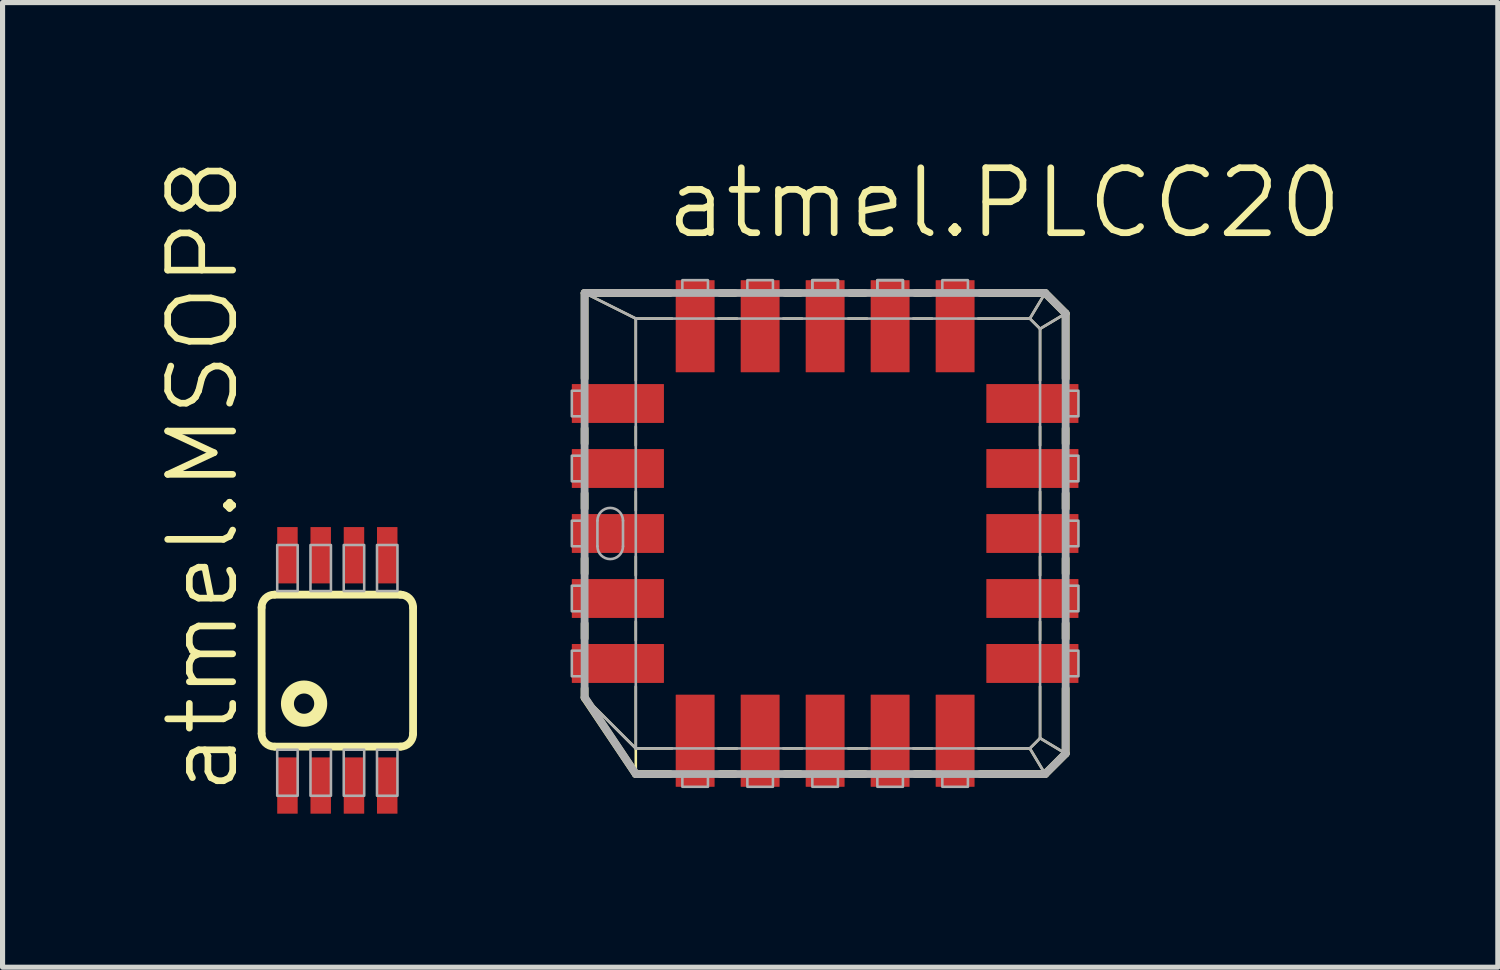
<source format=kicad_pcb>
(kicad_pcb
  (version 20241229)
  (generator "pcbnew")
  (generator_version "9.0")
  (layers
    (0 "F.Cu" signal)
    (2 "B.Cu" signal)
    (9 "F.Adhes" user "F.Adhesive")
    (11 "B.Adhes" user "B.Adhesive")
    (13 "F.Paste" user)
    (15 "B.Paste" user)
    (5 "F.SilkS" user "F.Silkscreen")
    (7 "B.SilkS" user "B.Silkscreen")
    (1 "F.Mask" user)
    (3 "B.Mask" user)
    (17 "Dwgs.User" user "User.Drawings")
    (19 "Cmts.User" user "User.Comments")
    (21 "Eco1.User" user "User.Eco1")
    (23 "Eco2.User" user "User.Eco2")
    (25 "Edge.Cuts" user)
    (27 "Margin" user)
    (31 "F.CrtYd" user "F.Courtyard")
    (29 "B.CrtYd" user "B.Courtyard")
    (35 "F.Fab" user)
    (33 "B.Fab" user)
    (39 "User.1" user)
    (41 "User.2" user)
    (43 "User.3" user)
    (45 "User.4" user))
  (footprint "atmel.MSOP8"
    (layer "F.Cu")
    (at 3.542 10.05)
    (property "Reference" "atmel.MSOP8" (at -1.883 2.484 90) (layer "F.SilkS") (effects (font (size 1.27 1.27) (thickness 0.13)) (justify left bottom)))
    (attr smd)
    (fp_line (start -1.48 -1.23) (end -1.48 1.23) (stroke (width 0.152) (type default)) (layer "F.SilkS"))
    (fp_line (start -1.22 -1.48) (end 1.24 -1.48) (stroke (width 0.152) (type default)) (layer "F.SilkS"))
    (fp_line (start 1.24 1.49) (end -1.22 1.49) (stroke (width 0.152) (type default)) (layer "F.SilkS"))
    (fp_line (start 1.48 1.24) (end 1.48 -1.23) (stroke (width 0.152) (type default)) (layer "F.SilkS"))
    (fp_arc (start -1.48 -1.23) (mid -1.406777 -1.406777) (end -1.23 -1.48) (stroke (width 0.1524) (type default)) (layer "F.SilkS"))
    (fp_arc (start -1.23 1.49) (mid -1.406777 1.416777) (end -1.48 1.24) (stroke (width 0.1524) (type default)) (layer "F.SilkS"))
    (fp_arc (start 1.23 -1.48) (mid 1.406777 -1.406777) (end 1.48 -1.23) (stroke (width 0.1524) (type default)) (layer "F.SilkS"))
    (fp_arc (start 1.48 1.24) (mid 1.406777 1.416777) (end 1.23 1.49) (stroke (width 0.1524) (type default)) (layer "F.SilkS"))
    (fp_circle (center -0.65 0.65) (end -0.325 0.65) (stroke (width 0.254) (type default)) (fill no) (layer "F.SilkS"))
    (fp_rect (start -1.175 -1.55) (end -0.775 -2.45) (stroke (width 0.05) (type default)) (fill no) (layer "F.Fab"))
    (fp_rect (start -1.175 2.45) (end -0.775 1.55) (stroke (width 0.05) (type default)) (fill no) (layer "F.Fab"))
    (fp_rect (start -0.525 -1.55) (end -0.125 -2.45) (stroke (width 0.05) (type default)) (fill no) (layer "F.Fab"))
    (fp_rect (start -0.525 2.45) (end -0.125 1.55) (stroke (width 0.05) (type default)) (fill no) (layer "F.Fab"))
    (fp_rect (start 0.125 -1.55) (end 0.525 -2.45) (stroke (width 0.05) (type default)) (fill no) (layer "F.Fab"))
    (fp_rect (start 0.125 2.45) (end 0.525 1.55) (stroke (width 0.05) (type default)) (fill no) (layer "F.Fab"))
    (fp_rect (start 0.775 -1.55) (end 1.175 -2.45) (stroke (width 0.05) (type default)) (fill no) (layer "F.Fab"))
    (fp_rect (start 0.775 2.45) (end 1.175 1.55) (stroke (width 0.05) (type default)) (fill no) (layer "F.Fab"))
    (pad "1" smd roundrect (at -0.975 2.25) (size 0.4 1.1) (layers "F.Cu" "F.Mask" "F.Paste") (roundrect_rratio 0.01))
    (pad "2" smd roundrect (at -0.325 2.25) (size 0.4 1.1) (layers "F.Cu" "F.Mask" "F.Paste") (roundrect_rratio 0.01))
    (pad "3" smd roundrect (at 0.325 2.25) (size 0.4 1.1) (layers "F.Cu" "F.Mask" "F.Paste") (roundrect_rratio 0.01))
    (pad "4" smd roundrect (at 0.975 2.25) (size 0.4 1.1) (layers "F.Cu" "F.Mask" "F.Paste") (roundrect_rratio 0.01))
    (pad "5" smd roundrect (at 0.975 -2.25) (size 0.4 1.1) (layers "F.Cu" "F.Mask" "F.Paste") (roundrect_rratio 0.01))
    (pad "6" smd roundrect (at 0.325 -2.25) (size 0.4 1.1) (layers "F.Cu" "F.Mask" "F.Paste") (roundrect_rratio 0.01))
    (pad "7" smd roundrect (at -0.325 -2.25) (size 0.4 1.1) (layers "F.Cu" "F.Mask" "F.Paste") (roundrect_rratio 0.01))
    (pad "8" smd roundrect (at -0.975 -2.25) (size 0.4 1.1) (layers "F.Cu" "F.Mask" "F.Paste") (roundrect_rratio 0.01)))
  (footprint "atmel.PLCC20"
    (layer "F.Cu")
    (at 13.074 7.375)
    (property "Reference" "atmel.PLCC20" (at -3.175 -5.715 0) (layer "F.SilkS") (effects (font (size 1.27 1.27) (thickness 0.13)) (justify left bottom)))
    (attr smd)
    (fp_line (start -4.7 -4.7) (end -3.7 -4.2) (stroke (width 0.051) (type default)) (layer "F.SilkS"))
    (fp_line (start -4.7 -4.7) (end -3.031 -4.7) (stroke (width 0.152) (type default)) (layer "F.SilkS"))
    (fp_line (start -4.7 -3.031) (end -4.7 -4.7) (stroke (width 0.152) (type default)) (layer "F.SilkS"))
    (fp_line (start -4.7 -1.761) (end -4.7 -2.049) (stroke (width 0.152) (type default)) (layer "F.SilkS"))
    (fp_line (start -4.7 -0.491) (end -4.7 -0.779) (stroke (width 0.152) (type default)) (layer "F.SilkS"))
    (fp_line (start -4.7 0.779) (end -4.7 0.491) (stroke (width 0.152) (type default)) (layer "F.SilkS"))
    (fp_line (start -4.7 2.049) (end -4.7 1.761) (stroke (width 0.152) (type default)) (layer "F.SilkS"))
    (fp_line (start -4.7 3.21) (end -4.7 3.031) (stroke (width 0.152) (type default)) (layer "F.SilkS"))
    (fp_line (start -3.7 -4.2) (end -2.991 -4.2) (stroke (width 0.051) (type default)) (layer "F.SilkS"))
    (fp_line (start -3.7 -2.991) (end -3.7 -4.2) (stroke (width 0.051) (type default)) (layer "F.SilkS"))
    (fp_line (start -3.7 -1.721) (end -3.7 -2.089) (stroke (width 0.051) (type default)) (layer "F.SilkS"))
    (fp_line (start -3.7 -0.451) (end -3.7 -0.819) (stroke (width 0.051) (type default)) (layer "F.SilkS"))
    (fp_line (start -3.7 0.819) (end -3.7 0.451) (stroke (width 0.051) (type default)) (layer "F.SilkS"))
    (fp_line (start -3.7 2.089) (end -3.7 1.721) (stroke (width 0.051) (type default)) (layer "F.SilkS"))
    (fp_line (start -3.7 4.2) (end -4.69 3.21) (stroke (width 0.051) (type default)) (layer "F.SilkS"))
    (fp_line (start -3.7 4.2) (end -3.7 2.991) (stroke (width 0.051) (type default)) (layer "F.SilkS"))
    (fp_line (start -3.7 4.2) (end -3.7 4.69) (stroke (width 0.051) (type default)) (layer "F.SilkS"))
    (fp_line (start -3.7 4.7) (end -4.7 3.21) (stroke (width 0.152) (type default)) (layer "F.SilkS"))
    (fp_line (start -3.031 4.7) (end -3.7 4.7) (stroke (width 0.152) (type default)) (layer "F.SilkS"))
    (fp_line (start -2.991 4.2) (end -3.7 4.2) (stroke (width 0.051) (type default)) (layer "F.SilkS"))
    (fp_line (start -2.089 -4.2) (end -1.721 -4.2) (stroke (width 0.051) (type default)) (layer "F.SilkS"))
    (fp_line (start -2.049 -4.7) (end -1.761 -4.7) (stroke (width 0.152) (type default)) (layer "F.SilkS"))
    (fp_line (start -1.761 4.7) (end -2.049 4.7) (stroke (width 0.152) (type default)) (layer "F.SilkS"))
    (fp_line (start -1.721 4.2) (end -2.089 4.2) (stroke (width 0.051) (type default)) (layer "F.SilkS"))
    (fp_line (start -0.819 -4.2) (end -0.451 -4.2) (stroke (width 0.051) (type default)) (layer "F.SilkS"))
    (fp_line (start -0.779 -4.7) (end -0.491 -4.7) (stroke (width 0.152) (type default)) (layer "F.SilkS"))
    (fp_line (start -0.491 4.7) (end -0.779 4.7) (stroke (width 0.152) (type default)) (layer "F.SilkS"))
    (fp_line (start -0.451 4.2) (end -0.819 4.2) (stroke (width 0.051) (type default)) (layer "F.SilkS"))
    (fp_line (start 0.451 -4.2) (end 0.819 -4.2) (stroke (width 0.051) (type default)) (layer "F.SilkS"))
    (fp_line (start 0.491 -4.7) (end 0.779 -4.7) (stroke (width 0.152) (type default)) (layer "F.SilkS"))
    (fp_line (start 0.779 4.7) (end 0.491 4.7) (stroke (width 0.152) (type default)) (layer "F.SilkS"))
    (fp_line (start 0.819 4.2) (end 0.451 4.2) (stroke (width 0.051) (type default)) (layer "F.SilkS"))
    (fp_line (start 1.721 -4.2) (end 2.089 -4.2) (stroke (width 0.051) (type default)) (layer "F.SilkS"))
    (fp_line (start 1.761 -4.7) (end 2.049 -4.7) (stroke (width 0.152) (type default)) (layer "F.SilkS"))
    (fp_line (start 2.049 4.7) (end 1.761 4.7) (stroke (width 0.152) (type default)) (layer "F.SilkS"))
    (fp_line (start 2.089 4.2) (end 1.721 4.2) (stroke (width 0.051) (type default)) (layer "F.SilkS"))
    (fp_line (start 2.991 -4.2) (end 4 -4.2) (stroke (width 0.051) (type default)) (layer "F.SilkS"))
    (fp_line (start 3.031 -4.7) (end 4.3 -4.7) (stroke (width 0.152) (type default)) (layer "F.SilkS"))
    (fp_line (start 4 -4.2) (end 4.2 -4) (stroke (width 0.051) (type default)) (layer "F.SilkS"))
    (fp_line (start 4 4.2) (end 2.991 4.2) (stroke (width 0.051) (type default)) (layer "F.SilkS"))
    (fp_line (start 4 4.2) (end 4.3 4.7) (stroke (width 0.051) (type default)) (layer "F.SilkS"))
    (fp_line (start 4.2 -4) (end 4.2 -2.991) (stroke (width 0.051) (type default)) (layer "F.SilkS"))
    (fp_line (start 4.2 -4) (end 4.7 -4.3) (stroke (width 0.051) (type default)) (layer "F.SilkS"))
    (fp_line (start 4.2 -2.089) (end 4.2 -1.721) (stroke (width 0.051) (type default)) (layer "F.SilkS"))
    (fp_line (start 4.2 -0.819) (end 4.2 -0.451) (stroke (width 0.051) (type default)) (layer "F.SilkS"))
    (fp_line (start 4.2 0.451) (end 4.2 0.819) (stroke (width 0.051) (type default)) (layer "F.SilkS"))
    (fp_line (start 4.2 1.721) (end 4.2 2.089) (stroke (width 0.051) (type default)) (layer "F.SilkS"))
    (fp_line (start 4.2 2.991) (end 4.2 4) (stroke (width 0.051) (type default)) (layer "F.SilkS"))
    (fp_line (start 4.2 4) (end 4 4.2) (stroke (width 0.051) (type default)) (layer "F.SilkS"))
    (fp_line (start 4.2 4) (end 4.7 4.3) (stroke (width 0.051) (type default)) (layer "F.SilkS"))
    (fp_line (start 4.3 -4.7) (end 4 -4.2) (stroke (width 0.051) (type default)) (layer "F.SilkS"))
    (fp_line (start 4.3 -4.7) (end 4.7 -4.3) (stroke (width 0.152) (type default)) (layer "F.SilkS"))
    (fp_line (start 4.3 4.7) (end 3.031 4.7) (stroke (width 0.152) (type default)) (layer "F.SilkS"))
    (fp_line (start 4.7 -4.3) (end 4.7 -3.031) (stroke (width 0.152) (type default)) (layer "F.SilkS"))
    (fp_line (start 4.7 -2.049) (end 4.7 -1.761) (stroke (width 0.152) (type default)) (layer "F.SilkS"))
    (fp_line (start 4.7 -0.779) (end 4.7 -0.491) (stroke (width 0.152) (type default)) (layer "F.SilkS"))
    (fp_line (start 4.7 0.491) (end 4.7 0.779) (stroke (width 0.152) (type default)) (layer "F.SilkS"))
    (fp_line (start 4.7 1.761) (end 4.7 2.049) (stroke (width 0.152) (type default)) (layer "F.SilkS"))
    (fp_line (start 4.7 3.031) (end 4.7 4.3) (stroke (width 0.152) (type default)) (layer "F.SilkS"))
    (fp_line (start 4.7 4.3) (end 4.3 4.7) (stroke (width 0.152) (type default)) (layer "F.SilkS"))
    (fp_line (start -4.7 -4.7) (end -3.7 -4.2) (stroke (width 0.051) (type default)) (layer "F.Fab"))
    (fp_line (start -4.7 -4.7) (end 4.3 -4.7) (stroke (width 0.152) (type default)) (layer "F.Fab"))
    (fp_line (start -4.7 3.2) (end -4.7 -4.7) (stroke (width 0.152) (type default)) (layer "F.Fab"))
    (fp_line (start -4.7 3.2) (end -3.7 4.2) (stroke (width 0.051) (type default)) (layer "F.Fab"))
    (fp_line (start -4.45 -0.25) (end -4.45 0.25) (stroke (width 0.051) (type default)) (layer "F.Fab"))
    (fp_line (start -3.95 -0.25) (end -3.95 0.25) (stroke (width 0.051) (type default)) (layer "F.Fab"))
    (fp_line (start -3.7 -4.2) (end 4 -4.2) (stroke (width 0.051) (type default)) (layer "F.Fab"))
    (fp_line (start -3.7 4.2) (end -3.7 -4.2) (stroke (width 0.051) (type default)) (layer "F.Fab"))
    (fp_line (start -3.7 4.7) (end -4.7 3.2) (stroke (width 0.152) (type default)) (layer "F.Fab"))
    (fp_line (start 4 -4.2) (end 4.2 -4) (stroke (width 0.051) (type default)) (layer "F.Fab"))
    (fp_line (start 4 4.2) (end -3.7 4.2) (stroke (width 0.051) (type default)) (layer "F.Fab"))
    (fp_line (start 4 4.2) (end 4.3 4.7) (stroke (width 0.051) (type default)) (layer "F.Fab"))
    (fp_line (start 4.2 -4) (end 4.2 4) (stroke (width 0.051) (type default)) (layer "F.Fab"))
    (fp_line (start 4.2 -4) (end 4.7 -4.3) (stroke (width 0.051) (type default)) (layer "F.Fab"))
    (fp_line (start 4.2 4) (end 4 4.2) (stroke (width 0.051) (type default)) (layer "F.Fab"))
    (fp_line (start 4.2 4) (end 4.7 4.3) (stroke (width 0.051) (type default)) (layer "F.Fab"))
    (fp_line (start 4.3 -4.7) (end 4 -4.2) (stroke (width 0.051) (type default)) (layer "F.Fab"))
    (fp_line (start 4.3 -4.7) (end 4.7 -4.3) (stroke (width 0.152) (type default)) (layer "F.Fab"))
    (fp_line (start 4.3 4.7) (end -3.7 4.7) (stroke (width 0.152) (type default)) (layer "F.Fab"))
    (fp_line (start 4.7 -4.3) (end 4.7 4.3) (stroke (width 0.152) (type default)) (layer "F.Fab"))
    (fp_line (start 4.7 4.3) (end 4.3 4.7) (stroke (width 0.152) (type default)) (layer "F.Fab"))
    (fp_rect (start -4.95 -2.29) (end -4.7 -2.79) (stroke (width 0.05) (type default)) (fill no) (layer "F.Fab"))
    (fp_rect (start -4.95 -1.02) (end -4.7 -1.52) (stroke (width 0.05) (type default)) (fill no) (layer "F.Fab"))
    (fp_rect (start -4.95 0.25) (end -4.7 -0.25) (stroke (width 0.05) (type default)) (fill no) (layer "F.Fab"))
    (fp_rect (start -4.95 1.52) (end -4.7 1.02) (stroke (width 0.05) (type default)) (fill no) (layer "F.Fab"))
    (fp_rect (start -4.95 2.79) (end -4.7 2.29) (stroke (width 0.05) (type default)) (fill no) (layer "F.Fab"))
    (fp_rect (start -2.79 -4.7) (end -2.29 -4.95) (stroke (width 0.05) (type default)) (fill no) (layer "F.Fab"))
    (fp_rect (start -2.79 4.95) (end -2.29 4.7) (stroke (width 0.05) (type default)) (fill no) (layer "F.Fab"))
    (fp_rect (start -1.52 -4.7) (end -1.02 -4.95) (stroke (width 0.05) (type default)) (fill no) (layer "F.Fab"))
    (fp_rect (start -1.52 4.95) (end -1.02 4.7) (stroke (width 0.05) (type default)) (fill no) (layer "F.Fab"))
    (fp_rect (start -0.25 -4.7) (end 0.25 -4.95) (stroke (width 0.05) (type default)) (fill no) (layer "F.Fab"))
    (fp_rect (start -0.25 -4.7) (end 0.25 -4.95) (stroke (width 0.05) (type default)) (fill no) (layer "F.Fab"))
    (fp_rect (start -0.25 4.95) (end 0.25 4.7) (stroke (width 0.05) (type default)) (fill no) (layer "F.Fab"))
    (fp_rect (start 1.02 -4.7) (end 1.52 -4.95) (stroke (width 0.05) (type default)) (fill no) (layer "F.Fab"))
    (fp_rect (start 1.02 -4.7) (end 1.52 -4.95) (stroke (width 0.05) (type default)) (fill no) (layer "F.Fab"))
    (fp_rect (start 1.02 4.95) (end 1.52 4.7) (stroke (width 0.05) (type default)) (fill no) (layer "F.Fab"))
    (fp_rect (start 2.29 -4.7) (end 2.79 -4.95) (stroke (width 0.05) (type default)) (fill no) (layer "F.Fab"))
    (fp_rect (start 2.29 4.95) (end 2.79 4.7) (stroke (width 0.05) (type default)) (fill no) (layer "F.Fab"))
    (fp_rect (start 4.7 -2.29) (end 4.95 -2.79) (stroke (width 0.05) (type default)) (fill no) (layer "F.Fab"))
    (fp_rect (start 4.7 -1.02) (end 4.95 -1.52) (stroke (width 0.05) (type default)) (fill no) (layer "F.Fab"))
    (fp_rect (start 4.7 0.25) (end 4.95 -0.25) (stroke (width 0.05) (type default)) (fill no) (layer "F.Fab"))
    (fp_rect (start 4.7 1.52) (end 4.95 1.02) (stroke (width 0.05) (type default)) (fill no) (layer "F.Fab"))
    (fp_rect (start 4.7 2.79) (end 4.95 2.29) (stroke (width 0.05) (type default)) (fill no) (layer "F.Fab"))
    (fp_arc (start -4.45 -0.25) (mid -4.2 -0.5) (end -3.95 -0.25) (stroke (width 0.0508) (type default)) (layer "F.Fab"))
    (fp_arc (start -3.95 0.25) (mid -4.2 0.5) (end -4.45 0.25) (stroke (width 0.0508) (type default)) (layer "F.Fab"))
    (pad "1" smd roundrect (at -4.05 0) (size 1.8 0.76) (layers "F.Cu" "F.Mask" "F.Paste") (roundrect_rratio 0.01))
    (pad "2" smd roundrect (at -4.05 1.27) (size 1.8 0.76) (layers "F.Cu" "F.Mask" "F.Paste") (roundrect_rratio 0.01))
    (pad "3" smd roundrect (at -4.05 2.54) (size 1.8 0.76) (layers "F.Cu" "F.Mask" "F.Paste") (roundrect_rratio 0.01))
    (pad "4" smd roundrect (at -2.54 4.05) (size 0.76 1.8) (layers "F.Cu" "F.Mask" "F.Paste") (roundrect_rratio 0.01))
    (pad "5" smd roundrect (at -1.27 4.05) (size 0.76 1.8) (layers "F.Cu" "F.Mask" "F.Paste") (roundrect_rratio 0.01))
    (pad "6" smd roundrect (at 0 4.05) (size 0.76 1.8) (layers "F.Cu" "F.Mask" "F.Paste") (roundrect_rratio 0.01))
    (pad "7" smd roundrect (at 1.27 4.05) (size 0.76 1.8) (layers "F.Cu" "F.Mask" "F.Paste") (roundrect_rratio 0.01))
    (pad "8" smd roundrect (at 2.54 4.05) (size 0.76 1.8) (layers "F.Cu" "F.Mask" "F.Paste") (roundrect_rratio 0.01))
    (pad "9" smd roundrect (at 4.05 2.54) (size 1.8 0.76) (layers "F.Cu" "F.Mask" "F.Paste") (roundrect_rratio 0.01))
    (pad "10" smd roundrect (at 4.05 1.27) (size 1.8 0.76) (layers "F.Cu" "F.Mask" "F.Paste") (roundrect_rratio 0.01))
    (pad "11" smd roundrect (at 4.05 0) (size 1.8 0.76) (layers "F.Cu" "F.Mask" "F.Paste") (roundrect_rratio 0.01))
    (pad "12" smd roundrect (at 4.05 -1.27) (size 1.8 0.76) (layers "F.Cu" "F.Mask" "F.Paste") (roundrect_rratio 0.01))
    (pad "13" smd roundrect (at 4.05 -2.54) (size 1.8 0.76) (layers "F.Cu" "F.Mask" "F.Paste") (roundrect_rratio 0.01))
    (pad "14" smd roundrect (at 2.54 -4.05) (size 0.76 1.8) (layers "F.Cu" "F.Mask" "F.Paste") (roundrect_rratio 0.01))
    (pad "15" smd roundrect (at 1.27 -4.05) (size 0.76 1.8) (layers "F.Cu" "F.Mask" "F.Paste") (roundrect_rratio 0.01))
    (pad "16" smd roundrect (at 0 -4.05) (size 0.76 1.8) (layers "F.Cu" "F.Mask" "F.Paste") (roundrect_rratio 0.01))
    (pad "17" smd roundrect (at -1.27 -4.05) (size 0.76 1.8) (layers "F.Cu" "F.Mask" "F.Paste") (roundrect_rratio 0.01))
    (pad "18" smd roundrect (at -2.54 -4.05) (size 0.76 1.8) (layers "F.Cu" "F.Mask" "F.Paste") (roundrect_rratio 0.01))
    (pad "19" smd roundrect (at -4.05 -2.54) (size 1.8 0.76) (layers "F.Cu" "F.Mask" "F.Paste") (roundrect_rratio 0.01))
    (pad "20" smd roundrect (at -4.05 -1.27) (size 1.8 0.76) (layers "F.Cu" "F.Mask" "F.Paste") (roundrect_rratio 0.01)))
  (gr_rect
    (start -3 -3)
    (end 26.219 15.85)
    (stroke (width 0.1) (type default))
    (fill no)
    (layer "Edge.Cuts")))
</source>
